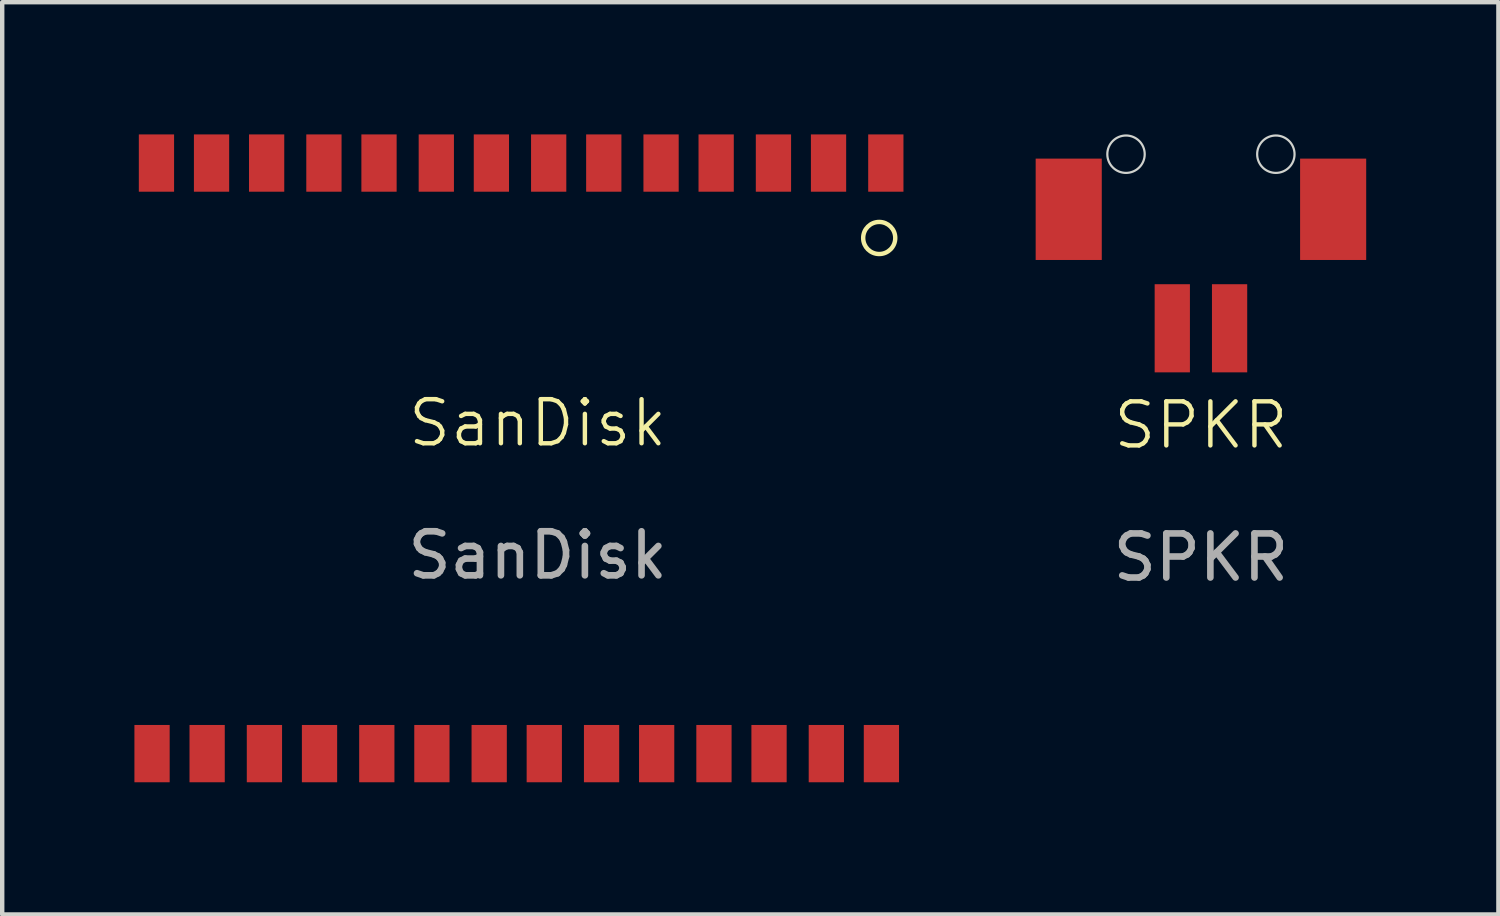
<source format=kicad_pcb>
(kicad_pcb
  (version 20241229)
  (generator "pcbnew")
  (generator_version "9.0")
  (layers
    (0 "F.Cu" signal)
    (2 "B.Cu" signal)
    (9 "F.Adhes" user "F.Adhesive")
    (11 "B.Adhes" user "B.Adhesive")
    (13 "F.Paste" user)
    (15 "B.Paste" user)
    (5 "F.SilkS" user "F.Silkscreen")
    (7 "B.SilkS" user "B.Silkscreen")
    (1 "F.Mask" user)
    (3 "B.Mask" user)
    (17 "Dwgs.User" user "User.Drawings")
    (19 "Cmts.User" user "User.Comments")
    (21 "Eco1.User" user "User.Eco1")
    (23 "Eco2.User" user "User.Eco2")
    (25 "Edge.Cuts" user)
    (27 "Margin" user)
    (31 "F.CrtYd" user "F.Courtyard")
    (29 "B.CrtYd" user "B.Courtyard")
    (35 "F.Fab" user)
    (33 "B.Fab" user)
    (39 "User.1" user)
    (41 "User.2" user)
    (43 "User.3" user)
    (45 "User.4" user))
  (footprint "SanDisk"
    (layer "F.Cu")
    (at 9.25 7.05)
    (property "Reference" "SanDisk" (at -0.1 -0.5 0) (unlocked yes) (layer "F.SilkS") (effects (font (size 1 1) (thickness 0.1))))
    (attr smd)
    (fp_circle (center 7.65 -4.7) (end 7.75 -4.35) (stroke (width 0.1) (type default)) (fill no) (layer "F.SilkS"))
    (fp_text user "${REFERENCE}" (at -0.1 2.5 0) (unlocked yes) (layer "F.Fab") (effects (font (size 1 1) (thickness 0.15))))
    (pad "1" smd rect (at 7.8 -6.4 270) (size 1.3 0.8) (layers "F.Cu" "F.Mask" "F.Paste"))
    (pad "2" smd rect (at 6.5 -6.4 270) (size 1.3 0.8) (layers "F.Cu" "F.Mask" "F.Paste"))
    (pad "3" smd rect (at 5.25 -6.4 270) (size 1.3 0.8) (layers "F.Cu" "F.Mask" "F.Paste"))
    (pad "4" smd rect (at 3.95 -6.4 270) (size 1.3 0.8) (layers "F.Cu" "F.Mask" "F.Paste"))
    (pad "5" smd rect (at 2.7 -6.4 270) (size 1.3 0.8) (layers "F.Cu" "F.Mask" "F.Paste"))
    (pad "6" smd rect (at 1.4 -6.4 270) (size 1.3 0.8) (layers "F.Cu" "F.Mask" "F.Paste"))
    (pad "7" smd rect (at 0.15 -6.4 270) (size 1.3 0.8) (layers "F.Cu" "F.Mask" "F.Paste"))
    (pad "8" smd rect (at -1.15 -6.4 270) (size 1.3 0.8) (layers "F.Cu" "F.Mask" "F.Paste"))
    (pad "9" smd rect (at -2.4 -6.4 270) (size 1.3 0.8) (layers "F.Cu" "F.Mask" "F.Paste"))
    (pad "10" smd rect (at -3.7 -6.4 270) (size 1.3 0.8) (layers "F.Cu" "F.Mask" "F.Paste"))
    (pad "11" smd rect (at -4.95 -6.4 270) (size 1.3 0.8) (layers "F.Cu" "F.Mask" "F.Paste"))
    (pad "12" smd rect (at -6.25 -6.4 270) (size 1.3 0.8) (layers "F.Cu" "F.Mask" "F.Paste"))
    (pad "13" smd rect (at -7.5 -6.4 270) (size 1.3 0.8) (layers "F.Cu" "F.Mask" "F.Paste"))
    (pad "14" smd rect (at -8.75 -6.4 270) (size 1.3 0.8) (layers "F.Cu" "F.Mask" "F.Paste"))
    (pad "15" smd rect (at -8.85 7 270) (size 1.3 0.8) (layers "F.Cu" "F.Mask" "F.Paste"))
    (pad "16" smd rect (at -7.6 7 270) (size 1.3 0.8) (layers "F.Cu" "F.Mask" "F.Paste"))
    (pad "17" smd rect (at -6.3 7 270) (size 1.3 0.8) (layers "F.Cu" "F.Mask" "F.Paste"))
    (pad "18" smd rect (at -5.05 7 270) (size 1.3 0.8) (layers "F.Cu" "F.Mask" "F.Paste"))
    (pad "19" smd rect (at -3.75 7 270) (size 1.3 0.8) (layers "F.Cu" "F.Mask" "F.Paste"))
    (pad "20" smd rect (at -2.5 7 270) (size 1.3 0.8) (layers "F.Cu" "F.Mask" "F.Paste"))
    (pad "21" smd rect (at -1.2 7 270) (size 1.3 0.8) (layers "F.Cu" "F.Mask" "F.Paste"))
    (pad "22" smd rect (at 0.05 7 270) (size 1.3 0.8) (layers "F.Cu" "F.Mask" "F.Paste"))
    (pad "23" smd rect (at 1.35 7 270) (size 1.3 0.8) (layers "F.Cu" "F.Mask" "F.Paste"))
    (pad "24" smd rect (at 2.6 7 270) (size 1.3 0.8) (layers "F.Cu" "F.Mask" "F.Paste"))
    (pad "25" smd rect (at 3.9 7 270) (size 1.3 0.8) (layers "F.Cu" "F.Mask" "F.Paste"))
    (pad "26" smd rect (at 5.15 7 270) (size 1.3 0.8) (layers "F.Cu" "F.Mask" "F.Paste"))
    (pad "27" smd rect (at 6.45 7 270) (size 1.3 0.8) (layers "F.Cu" "F.Mask" "F.Paste"))
    (pad "28" smd rect (at 7.7 7 270) (size 1.3 0.8) (layers "F.Cu" "F.Mask" "F.Paste")))
  (footprint "SPKR"
    (layer "F.Cu")
    (at 24.2 2.199)
    (property "Reference" "SPKR" (at 0 4.4 0) (unlocked yes) (layer "F.SilkS") (effects (font (size 1 1) (thickness 0.1))))
    (attr smd)
    (fp_circle (center -1.7 -1.75) (end -2 -2.05) (stroke (width 0.05) (type default)) (fill no) (layer "Edge.Cuts"))
    (fp_circle (center 1.7 -1.75) (end 1.4 -2.05) (stroke (width 0.05) (type default)) (fill no) (layer "Edge.Cuts"))
    (fp_text user "${REFERENCE}" (at 0 7.4 0) (unlocked yes) (layer "F.Fab") (effects (font (size 1 1) (thickness 0.15))))
    (pad "1" smd rect (at 0.65 2.2 90) (size 2 0.8) (layers "F.Cu" "F.Mask" "F.Paste"))
    (pad "2" smd rect (at -0.65 2.2 90) (size 2 0.8) (layers "F.Cu" "F.Mask" "F.Paste"))
    (pad "3" smd rect (at 3 -0.5 90) (size 2.3 1.5) (layers "F.Cu" "F.Mask" "F.Paste"))
    (pad "4" smd rect (at -3 -0.5 90) (size 2.3 1.5) (layers "F.Cu" "F.Mask" "F.Paste")))
  (gr_rect
    (start -3 -3)
    (end 30.95 17.7)
    (stroke (width 0.1) (type default))
    (fill no)
    (layer "Edge.Cuts")))
</source>
